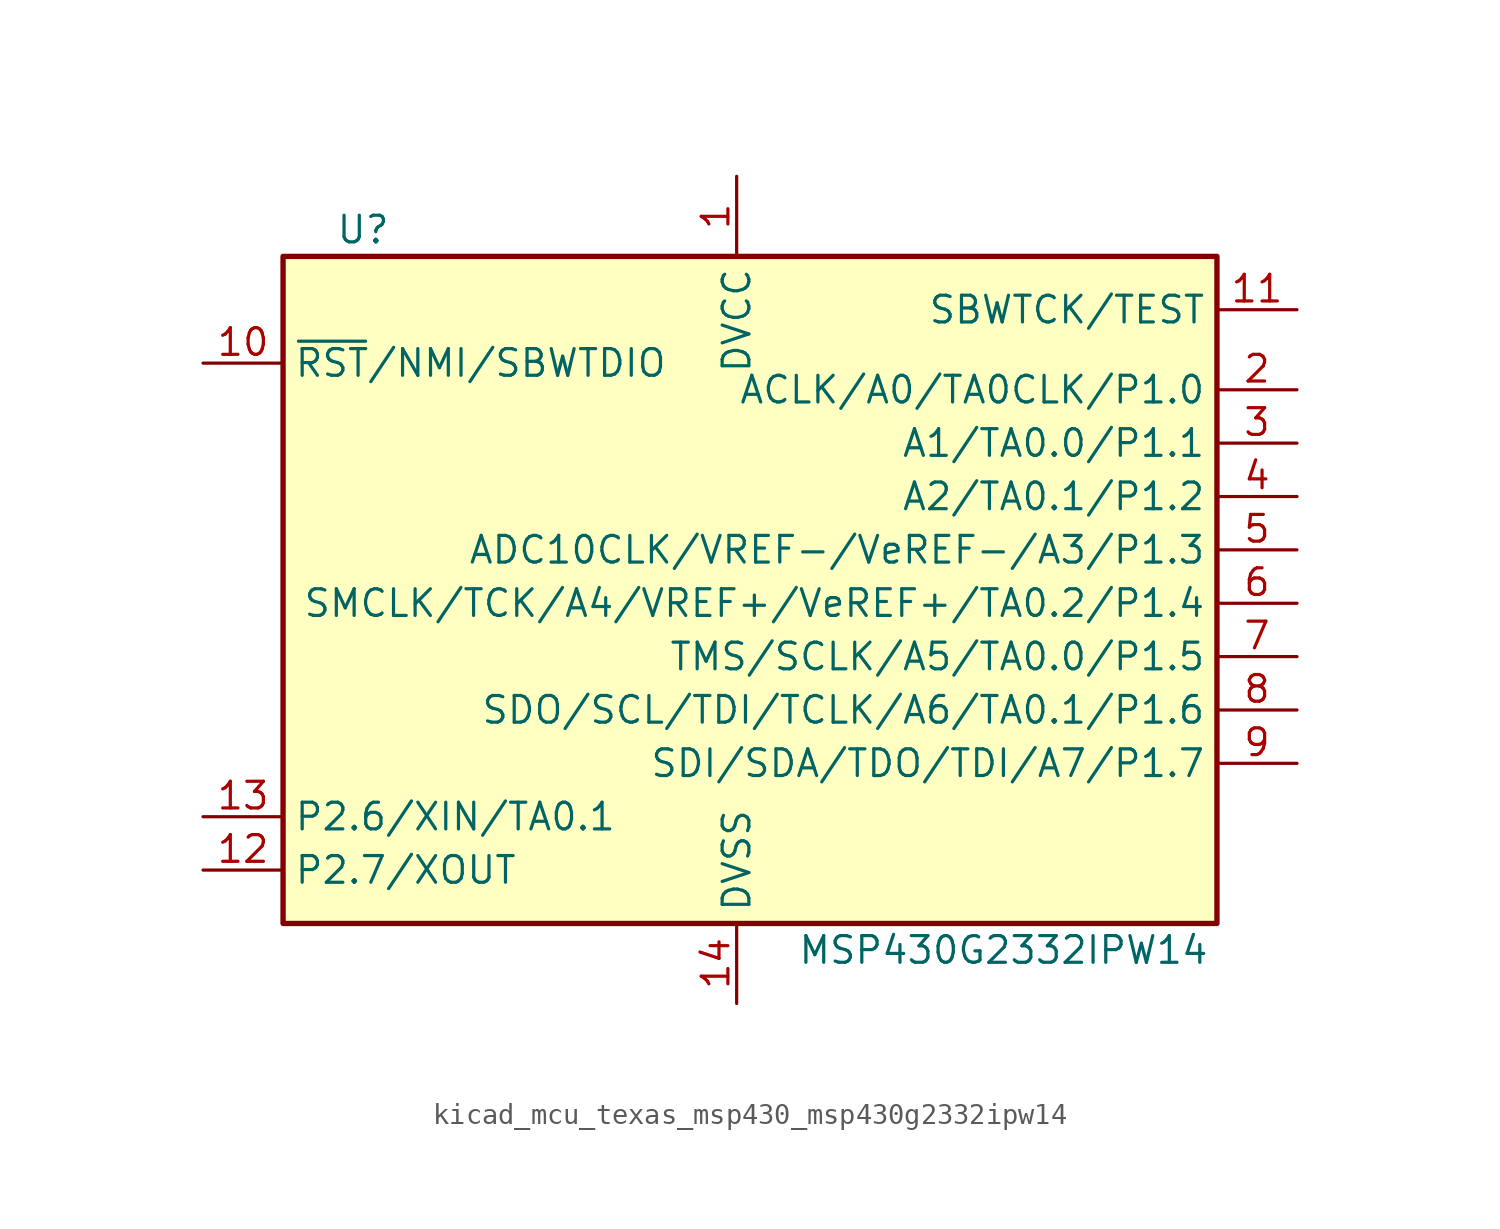
<source format=kicad_sym>
(kicad_symbol_lib
  (version 20220914)
  (generator kicad_symbol_editor)
  (symbol "kicad_mcu_texas_msp430_msp430g2332ipw14"
    (property "Reference" "U"
      (at -17.78 17.78 0)
      (effects (font (size 1.27 1.27))))
    (property "Value" "MSP430G2332IPW14"
      (at 12.7 -16.51 0)
      (effects (font (size 1.27 1.27))))
    (symbol "kicad_mcu_texas_msp430_msp430g2332ipw14_0_1"
      (rectangle (start -21.59 16.51) (end 22.86 -15.24) (stroke (width 0.254) (type default)) (fill (type background))))
    (symbol "kicad_mcu_texas_msp430_msp430g2332ipw14_1_1"
      (pin power_in line (at 0 20.32 270) (length 3.81) (name "DVCC" (effects (font (size 1.27 1.27)))) (number "1" (effects (font (size 1.27 1.27)))))
      (pin input line (at -25.4 11.43 0) (length 3.81) (name "~{RST}/NMI/SBWTDIO" (effects (font (size 1.27 1.27)))) (number "10" (effects (font (size 1.27 1.27)))))
      (pin input line (at 26.67 13.97 180) (length 3.81) (name "SBWTCK/TEST" (effects (font (size 1.27 1.27)))) (number "11" (effects (font (size 1.27 1.27)))))
      (pin bidirectional line (at -25.4 -12.7 0) (length 3.81) (name "P2.7/XOUT" (effects (font (size 1.27 1.27)))) (number "12" (effects (font (size 1.27 1.27)))))
      (pin bidirectional line (at -25.4 -10.16 0) (length 3.81) (name "P2.6/XIN/TA0.1" (effects (font (size 1.27 1.27)))) (number "13" (effects (font (size 1.27 1.27)))))
      (pin power_in line (at 0 -19.05 90) (length 3.81) (name "DVSS" (effects (font (size 1.27 1.27)))) (number "14" (effects (font (size 1.27 1.27)))))
      (pin bidirectional line (at 26.67 10.16 180) (length 3.81) (name "ACLK/A0/TA0CLK/P1.0" (effects (font (size 1.27 1.27)))) (number "2" (effects (font (size 1.27 1.27)))))
      (pin bidirectional line (at 26.67 7.62 180) (length 3.81) (name "A1/TA0.0/P1.1" (effects (font (size 1.27 1.27)))) (number "3" (effects (font (size 1.27 1.27)))))
      (pin bidirectional line (at 26.67 5.08 180) (length 3.81) (name "A2/TA0.1/P1.2" (effects (font (size 1.27 1.27)))) (number "4" (effects (font (size 1.27 1.27)))))
      (pin bidirectional line (at 26.67 2.54 180) (length 3.81) (name "ADC10CLK/VREF-/VeREF-/A3/P1.3" (effects (font (size 1.27 1.27)))) (number "5" (effects (font (size 1.27 1.27)))))
      (pin bidirectional line (at 26.67 0 180) (length 3.81) (name "SMCLK/TCK/A4/VREF+/VeREF+/TA0.2/P1.4" (effects (font (size 1.27 1.27)))) (number "6" (effects (font (size 1.27 1.27)))))
      (pin bidirectional line (at 26.67 -2.54 180) (length 3.81) (name "TMS/SCLK/A5/TA0.0/P1.5" (effects (font (size 1.27 1.27)))) (number "7" (effects (font (size 1.27 1.27)))))
      (pin bidirectional line (at 26.67 -5.08 180) (length 3.81) (name "SDO/SCL/TDI/TCLK/A6/TA0.1/P1.6" (effects (font (size 1.27 1.27)))) (number "8" (effects (font (size 1.27 1.27)))))
      (pin bidirectional line (at 26.67 -7.62 180) (length 3.81) (name "SDI/SDA/TDO/TDI/A7/P1.7" (effects (font (size 1.27 1.27)))) (number "9" (effects (font (size 1.27 1.27))))))))
</source>
